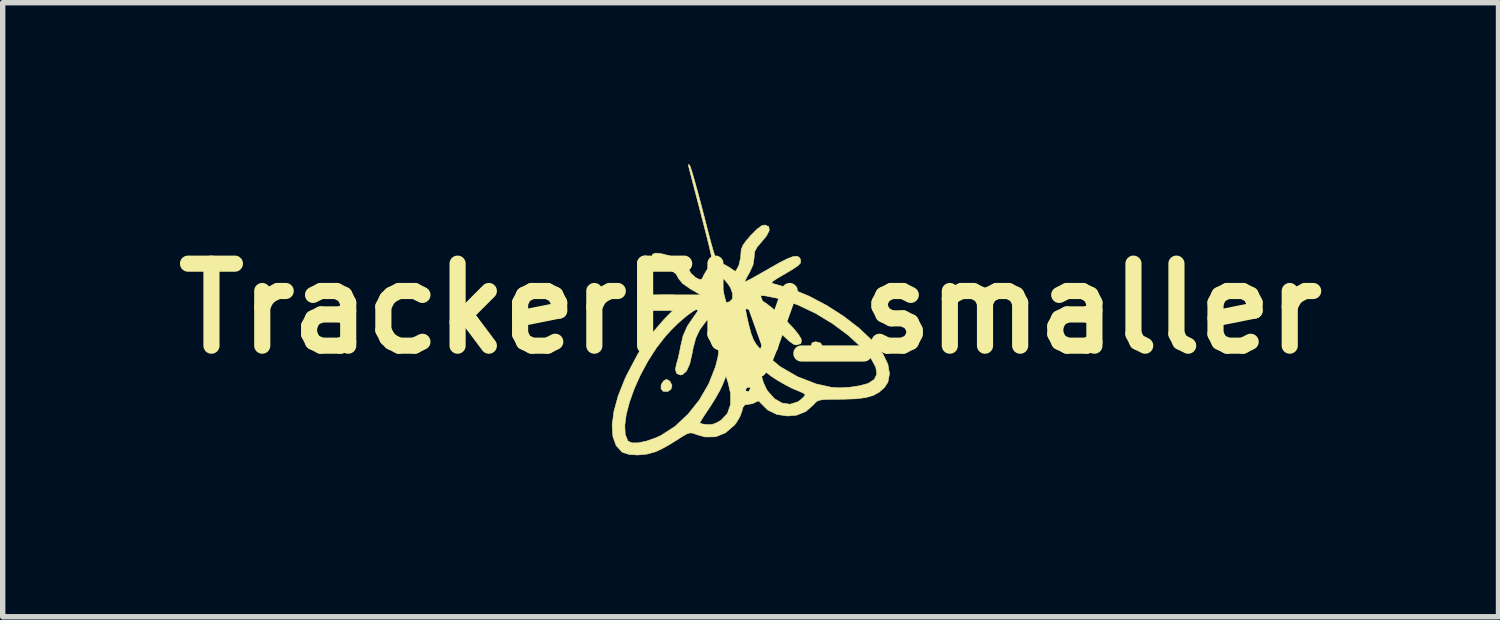
<source format=kicad_pcb>
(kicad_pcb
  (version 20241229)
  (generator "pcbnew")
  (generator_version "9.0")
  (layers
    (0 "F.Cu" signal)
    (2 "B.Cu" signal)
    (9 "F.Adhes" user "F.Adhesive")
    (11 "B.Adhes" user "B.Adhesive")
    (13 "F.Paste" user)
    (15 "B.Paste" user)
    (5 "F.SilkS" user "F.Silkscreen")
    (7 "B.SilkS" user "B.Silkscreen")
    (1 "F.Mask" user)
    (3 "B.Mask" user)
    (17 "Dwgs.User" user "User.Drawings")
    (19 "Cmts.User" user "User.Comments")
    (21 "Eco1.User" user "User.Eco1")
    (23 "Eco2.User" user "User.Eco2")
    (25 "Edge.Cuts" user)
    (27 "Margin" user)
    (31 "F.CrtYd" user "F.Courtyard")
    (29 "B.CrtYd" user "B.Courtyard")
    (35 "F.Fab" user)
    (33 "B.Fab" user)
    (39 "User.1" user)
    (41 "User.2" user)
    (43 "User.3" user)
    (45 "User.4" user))
  (footprint "TrackerFly_smaller"
    (layer "F.Cu")
    (at 10.893 2.682)
    (property "Reference" "TrackerFly_smaller" (at 0 0 0) (layer "F.SilkS") (effects (font (size 1.524 1.524) (thickness 0.3))))
    (attr through_hole)
    (fp_poly (pts (xy -1.507 1.345) (xy -1.496 1.355) (xy -1.46 1.429) (xy -1.479 1.498) (xy -1.539 1.541) (xy -1.622 1.537) (xy -1.624 1.536) (xy -1.664 1.488) (xy -1.661 1.413) (xy -1.616 1.344) (xy -1.613 1.341) (xy -1.56 1.315) (xy -1.507 1.345)) (stroke (width 0.01) (type solid)) (fill yes) (layer "F.SilkS"))
    (fp_poly (pts (xy 1.301 0.641) (xy 1.335 0.702) (xy 1.308 0.778) (xy 1.306 0.781) (xy 1.257 0.825) (xy 1.201 0.822) (xy 1.17 0.811) (xy 1.135 0.764) (xy 1.125 0.705) (xy 1.14 0.638) (xy 1.201 0.617) (xy 1.217 0.617) (xy 1.301 0.641)) (stroke (width 0.01) (type solid)) (fill yes) (layer "F.SilkS"))
    (fp_poly (pts (xy -1.134 -2.667) (xy -1.116 -2.623) (xy -1.083 -2.519) (xy -1.038 -2.364) (xy -0.984 -2.168) (xy -0.923 -1.941) (xy -0.869 -1.733) (xy -0.798 -1.457) (xy -0.742 -1.244) (xy -0.698 -1.086) (xy -0.663 -0.975) (xy -0.634 -0.901) (xy -0.609 -0.859) (xy -0.586 -0.839) (xy -0.561 -0.835) (xy -0.56 -0.835) (xy -0.477 -0.813) (xy -0.386 -0.76) (xy -0.384 -0.758) (xy -0.316 -0.71) (xy -0.277 -0.693) (xy -0.275 -0.694) (xy -0.217 -0.803) (xy -0.185 -0.947) (xy -0.181 -1.011) (xy -0.174 -1.095) (xy -0.145 -1.171) (xy -0.083 -1.259) (xy 0.005 -1.36) (xy 0.123 -1.478) (xy 0.21 -1.541) (xy 0.268 -1.553) (xy 0.338 -1.52) (xy 0.347 -1.452) (xy 0.295 -1.35) (xy 0.213 -1.251) (xy 0.123 -1.145) (xy 0.078 -1.064) (xy 0.066 -0.985) (xy 0.067 -0.958) (xy 0.045 -0.812) (xy -0.017 -0.677) (xy -0.07 -0.582) (xy -0.103 -0.515) (xy -0.109 -0.498) (xy -0.08 -0.507) (xy 0.001 -0.548) (xy 0.12 -0.614) (xy 0.269 -0.699) (xy 0.318 -0.727) (xy 0.524 -0.845) (xy 0.679 -0.924) (xy 0.789 -0.966) (xy 0.863 -0.973) (xy 0.907 -0.948) (xy 0.922 -0.922) (xy 0.932 -0.878) (xy 0.921 -0.838) (xy 0.876 -0.794) (xy 0.789 -0.735) (xy 0.65 -0.652) (xy 0.626 -0.638) (xy 0.495 -0.561) (xy 0.42 -0.512) (xy 0.393 -0.483) (xy 0.407 -0.467) (xy 0.454 -0.454) (xy 0.455 -0.454) (xy 0.767 -0.363) (xy 1.092 -0.228) (xy 1.417 -0.056) (xy 1.728 0.143) (xy 2.011 0.361) (xy 2.252 0.587) (xy 2.438 0.814) (xy 2.464 0.854) (xy 2.551 1.037) (xy 2.58 1.211) (xy 2.551 1.366) (xy 2.489 1.462) (xy 2.392 1.55) (xy 2.28 1.613) (xy 2.14 1.653) (xy 1.958 1.676) (xy 1.719 1.684) (xy 1.687 1.684) (xy 1.503 1.685) (xy 1.377 1.689) (xy 1.295 1.699) (xy 1.241 1.717) (xy 1.202 1.747) (xy 1.166 1.788) (xy 1.024 1.913) (xy 0.855 1.98) (xy 0.686 1.996) (xy 0.487 1.966) (xy 0.316 1.883) (xy 0.2 1.767) (xy 0.151 1.717) (xy 0.11 1.727) (xy 0.102 1.734) (xy 0.034 1.767) (xy -0.04 1.778) (xy -0.108 1.789) (xy -0.144 1.837) (xy -0.161 1.906) (xy -0.201 2.013) (xy -0.271 2.128) (xy -0.301 2.165) (xy -0.467 2.308) (xy -0.651 2.382) (xy -0.848 2.385) (xy -1.003 2.34) (xy -1.07 2.315) (xy -1.124 2.309) (xy -1.184 2.327) (xy -1.27 2.376) (xy -1.374 2.444) (xy -1.514 2.53) (xy -1.653 2.607) (xy -1.765 2.659) (xy -1.77 2.661) (xy -1.927 2.704) (xy -2.097 2.72) (xy -2.254 2.71) (xy -2.373 2.673) (xy -2.391 2.662) (xy -2.498 2.544) (xy -2.558 2.376) (xy -2.571 2.17) (xy -2.337 2.17) (xy -2.329 2.337) (xy -2.281 2.455) (xy -2.275 2.462) (xy -2.205 2.495) (xy -2.086 2.494) (xy -1.934 2.462) (xy -1.763 2.402) (xy -1.663 2.356) (xy -1.404 2.189) (xy -1.332 2.121) (xy -0.943 2.121) (xy -0.912 2.14) (xy -0.839 2.153) (xy -0.754 2.156) (xy -0.708 2.151) (xy -0.625 2.118) (xy -0.544 2.071) (xy -0.43 1.948) (xy -0.373 1.783) (xy -0.372 1.58) (xy -0.391 1.492) (xy -0.089 1.492) (xy -0.087 1.53) (xy -0.049 1.545) (xy -0.026 1.528) (xy -0.003 1.481) (xy -0.009 1.467) (xy -0.053 1.459) (xy -0.089 1.492) (xy -0.391 1.492) (xy -0.412 1.397) (xy -0.456 1.252) (xy -0.521 1.415) (xy -0.573 1.524) (xy -0.652 1.664) (xy -0.744 1.811) (xy -0.765 1.843) (xy -0.845 1.962) (xy -0.906 2.057) (xy -0.94 2.113) (xy -0.943 2.121) (xy -1.332 2.121) (xy -1.163 1.964) (xy -0.95 1.696) (xy -0.777 1.397) (xy -0.698 1.198) (xy 0.198 1.198) (xy 0.21 1.281) (xy 0.241 1.382) (xy 0.29 1.488) (xy 0.319 1.535) (xy 0.444 1.675) (xy 0.587 1.756) (xy 0.735 1.777) (xy 0.877 1.732) (xy 0.92 1.703) (xy 0.985 1.644) (xy 1.016 1.603) (xy 1.016 1.601) (xy 0.985 1.574) (xy 0.909 1.538) (xy 0.88 1.527) (xy 0.767 1.479) (xy 0.632 1.408) (xy 0.495 1.329) (xy 0.377 1.252) (xy 0.3 1.19) (xy 0.29 1.179) (xy 0.238 1.134) (xy 0.207 1.144) (xy 0.198 1.198) (xy -0.698 1.198) (xy -0.653 1.083) (xy -0.636 1.019) (xy -0.608 0.906) (xy -0.595 0.818) (xy -0.598 0.731) (xy -0.617 0.623) (xy -0.654 0.469) (xy -0.656 0.459) (xy -0.737 0.131) (xy -0.844 0.256) (xy -0.947 0.397) (xy -1.019 0.55) (xy -1.069 0.739) (xy -1.086 0.834) (xy -1.131 1.029) (xy -1.191 1.161) (xy -1.266 1.227) (xy -1.303 1.234) (xy -1.373 1.206) (xy -1.397 1.13) (xy -1.375 1.025) (xy -1.348 0.933) (xy -1.319 0.804) (xy -1.302 0.712) (xy -1.253 0.503) (xy -1.174 0.325) (xy -1.05 0.143) (xy -1.047 0.139) (xy -0.989 0.057) (xy -0.979 0.018) (xy -1.007 0.016) (xy -1.067 0.048) (xy -1.152 0.107) (xy -1.253 0.189) (xy -1.364 0.288) (xy -1.477 0.4) (xy -1.581 0.513) (xy -1.752 0.733) (xy -1.907 0.975) (xy -2.045 1.23) (xy -2.16 1.486) (xy -2.249 1.735) (xy -2.31 1.966) (xy -2.337 2.17) (xy -2.571 2.17) (xy -2.572 2.164) (xy -2.539 1.913) (xy -2.462 1.628) (xy -2.338 1.316) (xy -2.304 1.241) (xy -2.093 0.842) (xy -1.866 0.501) (xy -1.614 0.208) (xy -1.596 0.189) (xy -1.415 0.007) (xy -0.091 0.007) (xy -0.089 0.045) (xy -0.072 0.137) (xy -0.043 0.265) (xy -0.029 0.322) (xy 0.012 0.473) (xy 0.053 0.581) (xy 0.108 0.671) (xy 0.192 0.767) (xy 0.272 0.849) (xy 0.548 1.078) (xy 0.87 1.265) (xy 1.218 1.4) (xy 1.506 1.464) (xy 1.66 1.472) (xy 1.846 1.461) (xy 2.029 1.433) (xy 2.176 1.393) (xy 2.183 1.391) (xy 2.297 1.317) (xy 2.345 1.217) (xy 2.326 1.089) (xy 2.24 0.932) (xy 2.087 0.749) (xy 2.072 0.733) (xy 1.814 0.495) (xy 1.521 0.278) (xy 1.207 0.088) (xy 0.886 -0.065) (xy 0.574 -0.176) (xy 0.285 -0.235) (xy 0.218 -0.241) (xy -0.018 -0.256) (xy 0.18 -0.163) (xy 0.283 -0.101) (xy 0.408 -0.005) (xy 0.543 0.112) (xy 0.675 0.239) (xy 0.793 0.363) (xy 0.884 0.474) (xy 0.936 0.558) (xy 0.943 0.587) (xy 0.936 0.643) (xy 0.928 0.653) (xy 0.886 0.664) (xy 0.854 0.676) (xy 0.807 0.667) (xy 0.727 0.612) (xy 0.612 0.508) (xy 0.497 0.395) (xy 0.323 0.227) (xy 0.178 0.109) (xy 0.068 0.045) (xy 0.061 0.042) (xy -0.029 0.014) (xy -0.085 0.005) (xy -0.091 0.007) (xy -1.415 0.007) (xy -1.372 -0.036) (xy -1.701 -0.036) (xy -1.862 -0.038) (xy -1.965 -0.046) (xy -2.025 -0.063) (xy -2.057 -0.091) (xy -2.062 -0.1) (xy -2.085 -0.155) (xy -2.083 -0.195) (xy -2.049 -0.223) (xy -1.973 -0.24) (xy -1.847 -0.25) (xy -1.663 -0.254) (xy -1.494 -0.254) (xy -0.925 -0.255) (xy -0.995 -0.295) (xy -0.686 -0.295) (xy -0.678 -0.176) (xy -0.667 -0.128) (xy -0.624 -0.08) (xy -0.573 -0.087) (xy -0.537 -0.139) (xy -0.532 -0.186) (xy -0.546 -0.278) (xy -0.572 -0.399) (xy -0.582 -0.438) (xy -0.611 -0.531) (xy -0.623 -0.549) (xy -0.548 -0.549) (xy -0.539 -0.464) (xy -0.515 -0.346) (xy -0.514 -0.345) (xy -0.485 -0.226) (xy -0.461 -0.141) (xy -0.45 -0.109) (xy -0.45 -0.109) (xy -0.414 -0.12) (xy -0.384 -0.131) (xy -0.336 -0.183) (xy -0.333 -0.273) (xy -0.371 -0.384) (xy -0.419 -0.459) (xy -0.483 -0.534) (xy -0.531 -0.577) (xy -0.541 -0.581) (xy -0.548 -0.549) (xy -0.623 -0.549) (xy -0.631 -0.561) (xy -0.651 -0.536) (xy -0.655 -0.526) (xy -0.678 -0.424) (xy -0.686 -0.295) (xy -0.995 -0.295) (xy -1.118 -0.365) (xy -1.261 -0.465) (xy -1.34 -0.56) (xy -1.347 -0.577) (xy -1.384 -0.642) (xy -1.456 -0.697) (xy -1.58 -0.754) (xy -1.607 -0.765) (xy -1.73 -0.817) (xy -1.799 -0.859) (xy -1.828 -0.903) (xy -1.832 -0.943) (xy -1.822 -1.007) (xy -1.775 -1.029) (xy -1.724 -1.029) (xy -1.629 -1.013) (xy -1.502 -0.978) (xy -1.408 -0.946) (xy -1.285 -0.893) (xy -1.213 -0.841) (xy -1.172 -0.776) (xy -1.163 -0.751) (xy -1.103 -0.648) (xy -1.019 -0.575) (xy -0.946 -0.538) (xy -0.907 -0.546) (xy -0.875 -0.607) (xy -0.869 -0.622) (xy -0.814 -0.715) (xy -0.753 -0.779) (xy -0.731 -0.796) (xy -0.717 -0.82) (xy -0.713 -0.858) (xy -0.718 -0.92) (xy -0.736 -1.014) (xy -0.767 -1.149) (xy -0.812 -1.332) (xy -0.874 -1.574) (xy -0.905 -1.693) (xy -0.968 -1.937) (xy -1.026 -2.159) (xy -1.076 -2.351) (xy -1.115 -2.501) (xy -1.14 -2.599) (xy -1.149 -2.631) (xy -1.154 -2.677) (xy -1.134 -2.667)) (stroke (width 0.01) (type solid)) (fill yes) (layer "F.SilkS")))
  (gr_rect
    (start -3 -3)
    (end 24.786 8.407)
    (stroke (width 0.1) (type default))
    (fill no)
    (layer "Edge.Cuts")))
</source>
